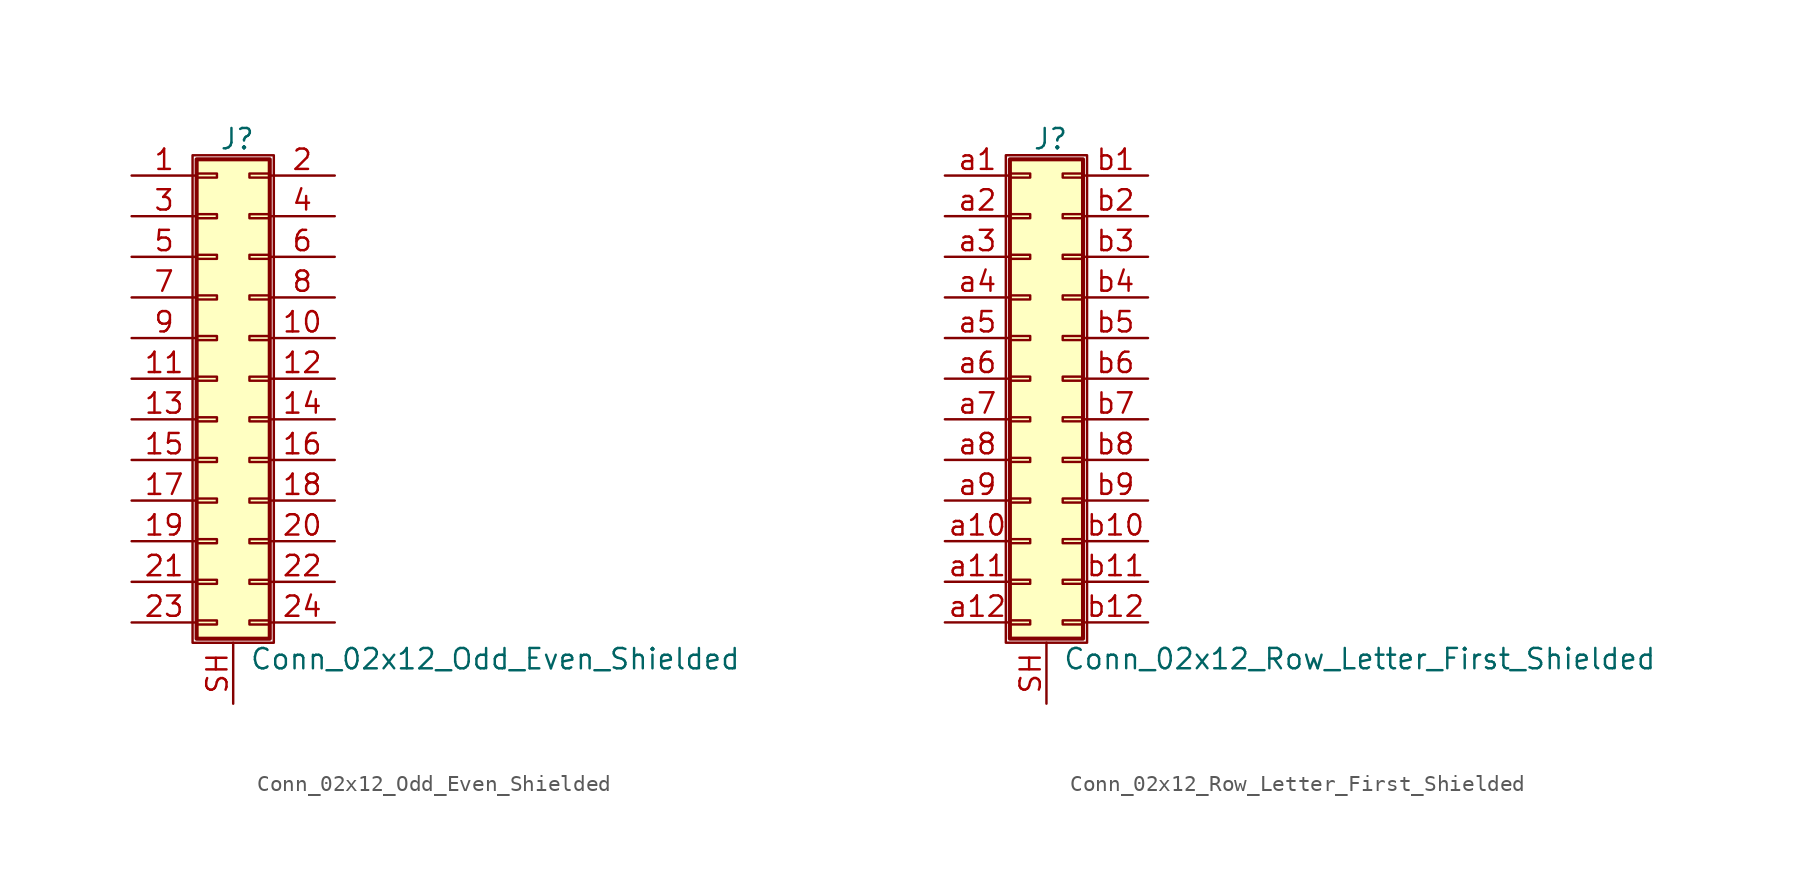
<source format=kicad_sym>
(kicad_symbol_lib
  (version 20201005)
  (generator kicad_symbol_editor)
  (symbol "Connector_Generic_Shielded:Conn_02x12_Odd_Even_Shielded"
    (pin_names
      (offset 1.016) hide)
    (property "Reference" "J"
      (at 1.524 14.986 0)
      (effects (font (size 1.27 1.27))))
    (property "Value" "Conn_02x12_Odd_Even_Shielded"
      (at 2.286 -17.526 0)
      (effects (font (size 1.27 1.27)) (justify left)))
    (symbol "Conn_02x12_Odd_Even_Shielded_1_1"
      (rectangle (start -1.016 -4.953) (end 0.254 -5.207) (stroke (width 0.152)) (fill (type none)))
      (rectangle (start -1.016 -7.493) (end 0.254 -7.747) (stroke (width 0.152)) (fill (type none)))
      (rectangle (start -1.016 -10.033) (end 0.254 -10.287) (stroke (width 0.152)) (fill (type none)))
      (rectangle (start -1.016 -12.573) (end 0.254 -12.827) (stroke (width 0.152)) (fill (type none)))
      (rectangle (start -1.016 -15.113) (end 0.254 -15.367) (stroke (width 0.152)) (fill (type none)))
      (rectangle (start -1.016 -2.413) (end 0.254 -2.667) (stroke (width 0.152)) (fill (type none)))
      (rectangle (start -1.016 2.667) (end 0.254 2.413) (stroke (width 0.152)) (fill (type none)))
      (rectangle (start -1.016 5.207) (end 0.254 4.953) (stroke (width 0.152)) (fill (type none)))
      (rectangle (start -1.016 7.747) (end 0.254 7.493) (stroke (width 0.152)) (fill (type none)))
      (rectangle (start -1.016 10.287) (end 0.254 10.033) (stroke (width 0.152)) (fill (type none)))
      (rectangle (start -1.016 0.127) (end 0.254 -0.127) (stroke (width 0.152)) (fill (type none)))
      (rectangle (start -1.016 12.827) (end 0.254 12.573) (stroke (width 0.152)) (fill (type none)))
      (rectangle (start -1.016 13.716) (end 3.556 -16.256) (stroke (width 0.254)) (fill (type background)))
      (rectangle (start -1.27 13.97) (end 3.81 -16.51) (stroke (width 0.152)) (fill (type none)))
      (rectangle (start 3.556 -4.953) (end 2.286 -5.207) (stroke (width 0.152)) (fill (type none)))
      (rectangle (start 3.556 -7.493) (end 2.286 -7.747) (stroke (width 0.152)) (fill (type none)))
      (rectangle (start 3.556 -10.033) (end 2.286 -10.287) (stroke (width 0.152)) (fill (type none)))
      (rectangle (start 3.556 -12.573) (end 2.286 -12.827) (stroke (width 0.152)) (fill (type none)))
      (rectangle (start 3.556 -15.113) (end 2.286 -15.367) (stroke (width 0.152)) (fill (type none)))
      (rectangle (start 3.556 -2.413) (end 2.286 -2.667) (stroke (width 0.152)) (fill (type none)))
      (rectangle (start 3.556 2.667) (end 2.286 2.413) (stroke (width 0.152)) (fill (type none)))
      (rectangle (start 3.556 5.207) (end 2.286 4.953) (stroke (width 0.152)) (fill (type none)))
      (rectangle (start 3.556 7.747) (end 2.286 7.493) (stroke (width 0.152)) (fill (type none)))
      (rectangle (start 3.556 10.287) (end 2.286 10.033) (stroke (width 0.152)) (fill (type none)))
      (rectangle (start 3.556 0.127) (end 2.286 -0.127) (stroke (width 0.152)) (fill (type none)))
      (rectangle (start 3.556 12.827) (end 2.286 12.573) (stroke (width 0.152)) (fill (type none)))
      (pin passive line (at -5.08 12.7 0) (length 4.064) (name "Pin_1" (effects (font (size 1.27 1.27)))) (number "1" (effects (font (size 1.27 1.27)))))
      (pin passive line (at 7.62 2.54 180) (length 4.064) (name "Pin_10" (effects (font (size 1.27 1.27)))) (number "10" (effects (font (size 1.27 1.27)))))
      (pin passive line (at -5.08 0 0) (length 4.064) (name "Pin_11" (effects (font (size 1.27 1.27)))) (number "11" (effects (font (size 1.27 1.27)))))
      (pin passive line (at 7.62 0 180) (length 4.064) (name "Pin_12" (effects (font (size 1.27 1.27)))) (number "12" (effects (font (size 1.27 1.27)))))
      (pin passive line (at -5.08 -2.54 0) (length 4.064) (name "Pin_13" (effects (font (size 1.27 1.27)))) (number "13" (effects (font (size 1.27 1.27)))))
      (pin passive line (at 7.62 -2.54 180) (length 4.064) (name "Pin_14" (effects (font (size 1.27 1.27)))) (number "14" (effects (font (size 1.27 1.27)))))
      (pin passive line (at -5.08 -5.08 0) (length 4.064) (name "Pin_15" (effects (font (size 1.27 1.27)))) (number "15" (effects (font (size 1.27 1.27)))))
      (pin passive line (at 7.62 -5.08 180) (length 4.064) (name "Pin_16" (effects (font (size 1.27 1.27)))) (number "16" (effects (font (size 1.27 1.27)))))
      (pin passive line (at -5.08 -7.62 0) (length 4.064) (name "Pin_17" (effects (font (size 1.27 1.27)))) (number "17" (effects (font (size 1.27 1.27)))))
      (pin passive line (at 7.62 -7.62 180) (length 4.064) (name "Pin_18" (effects (font (size 1.27 1.27)))) (number "18" (effects (font (size 1.27 1.27)))))
      (pin passive line (at -5.08 -10.16 0) (length 4.064) (name "Pin_19" (effects (font (size 1.27 1.27)))) (number "19" (effects (font (size 1.27 1.27)))))
      (pin passive line (at 7.62 12.7 180) (length 4.064) (name "Pin_2" (effects (font (size 1.27 1.27)))) (number "2" (effects (font (size 1.27 1.27)))))
      (pin passive line (at 7.62 -10.16 180) (length 4.064) (name "Pin_20" (effects (font (size 1.27 1.27)))) (number "20" (effects (font (size 1.27 1.27)))))
      (pin passive line (at -5.08 -12.7 0) (length 4.064) (name "Pin_21" (effects (font (size 1.27 1.27)))) (number "21" (effects (font (size 1.27 1.27)))))
      (pin passive line (at 7.62 -12.7 180) (length 4.064) (name "Pin_22" (effects (font (size 1.27 1.27)))) (number "22" (effects (font (size 1.27 1.27)))))
      (pin passive line (at -5.08 -15.24 0) (length 4.064) (name "Pin_23" (effects (font (size 1.27 1.27)))) (number "23" (effects (font (size 1.27 1.27)))))
      (pin passive line (at 7.62 -15.24 180) (length 4.064) (name "Pin_24" (effects (font (size 1.27 1.27)))) (number "24" (effects (font (size 1.27 1.27)))))
      (pin passive line (at -5.08 10.16 0) (length 4.064) (name "Pin_3" (effects (font (size 1.27 1.27)))) (number "3" (effects (font (size 1.27 1.27)))))
      (pin passive line (at 7.62 10.16 180) (length 4.064) (name "Pin_4" (effects (font (size 1.27 1.27)))) (number "4" (effects (font (size 1.27 1.27)))))
      (pin passive line (at -5.08 7.62 0) (length 4.064) (name "Pin_5" (effects (font (size 1.27 1.27)))) (number "5" (effects (font (size 1.27 1.27)))))
      (pin passive line (at 7.62 7.62 180) (length 4.064) (name "Pin_6" (effects (font (size 1.27 1.27)))) (number "6" (effects (font (size 1.27 1.27)))))
      (pin passive line (at -5.08 5.08 0) (length 4.064) (name "Pin_7" (effects (font (size 1.27 1.27)))) (number "7" (effects (font (size 1.27 1.27)))))
      (pin passive line (at 7.62 5.08 180) (length 4.064) (name "Pin_8" (effects (font (size 1.27 1.27)))) (number "8" (effects (font (size 1.27 1.27)))))
      (pin passive line (at -5.08 2.54 0) (length 4.064) (name "Pin_9" (effects (font (size 1.27 1.27)))) (number "9" (effects (font (size 1.27 1.27)))))
      (pin passive line (at 1.27 -20.32 90) (length 3.81) (name "Shield" (effects (font (size 1.27 1.27)))) (number "SH" (effects (font (size 1.27 1.27)))))))
  (symbol "Connector_Generic_Shielded:Conn_02x12_Row_Letter_First_Shielded"
    (pin_names
      (offset 1.016) hide)
    (property "Reference" "J"
      (at 1.524 14.986 0)
      (effects (font (size 1.27 1.27))))
    (property "Value" "Conn_02x12_Row_Letter_First_Shielded"
      (at 2.286 -17.526 0)
      (effects (font (size 1.27 1.27)) (justify left)))
    (symbol "Conn_02x12_Row_Letter_First_Shielded_1_1"
      (rectangle (start -1.016 -4.953) (end 0.254 -5.207) (stroke (width 0.152)) (fill (type none)))
      (rectangle (start -1.016 -7.493) (end 0.254 -7.747) (stroke (width 0.152)) (fill (type none)))
      (rectangle (start -1.016 -10.033) (end 0.254 -10.287) (stroke (width 0.152)) (fill (type none)))
      (rectangle (start -1.016 -12.573) (end 0.254 -12.827) (stroke (width 0.152)) (fill (type none)))
      (rectangle (start -1.016 -15.113) (end 0.254 -15.367) (stroke (width 0.152)) (fill (type none)))
      (rectangle (start -1.016 -2.413) (end 0.254 -2.667) (stroke (width 0.152)) (fill (type none)))
      (rectangle (start -1.016 2.667) (end 0.254 2.413) (stroke (width 0.152)) (fill (type none)))
      (rectangle (start -1.016 5.207) (end 0.254 4.953) (stroke (width 0.152)) (fill (type none)))
      (rectangle (start -1.016 7.747) (end 0.254 7.493) (stroke (width 0.152)) (fill (type none)))
      (rectangle (start -1.016 10.287) (end 0.254 10.033) (stroke (width 0.152)) (fill (type none)))
      (rectangle (start -1.016 0.127) (end 0.254 -0.127) (stroke (width 0.152)) (fill (type none)))
      (rectangle (start -1.016 12.827) (end 0.254 12.573) (stroke (width 0.152)) (fill (type none)))
      (rectangle (start -1.016 13.716) (end 3.556 -16.256) (stroke (width 0.254)) (fill (type background)))
      (rectangle (start -1.27 13.97) (end 3.81 -16.51) (stroke (width 0.152)) (fill (type none)))
      (rectangle (start 3.556 -4.953) (end 2.286 -5.207) (stroke (width 0.152)) (fill (type none)))
      (rectangle (start 3.556 -7.493) (end 2.286 -7.747) (stroke (width 0.152)) (fill (type none)))
      (rectangle (start 3.556 -10.033) (end 2.286 -10.287) (stroke (width 0.152)) (fill (type none)))
      (rectangle (start 3.556 -12.573) (end 2.286 -12.827) (stroke (width 0.152)) (fill (type none)))
      (rectangle (start 3.556 -15.113) (end 2.286 -15.367) (stroke (width 0.152)) (fill (type none)))
      (rectangle (start 3.556 -2.413) (end 2.286 -2.667) (stroke (width 0.152)) (fill (type none)))
      (rectangle (start 3.556 2.667) (end 2.286 2.413) (stroke (width 0.152)) (fill (type none)))
      (rectangle (start 3.556 5.207) (end 2.286 4.953) (stroke (width 0.152)) (fill (type none)))
      (rectangle (start 3.556 7.747) (end 2.286 7.493) (stroke (width 0.152)) (fill (type none)))
      (rectangle (start 3.556 10.287) (end 2.286 10.033) (stroke (width 0.152)) (fill (type none)))
      (rectangle (start 3.556 0.127) (end 2.286 -0.127) (stroke (width 0.152)) (fill (type none)))
      (rectangle (start 3.556 12.827) (end 2.286 12.573) (stroke (width 0.152)) (fill (type none)))
      (pin passive line (at -5.08 12.7 0) (length 4.064) (name "Pin_a1" (effects (font (size 1.27 1.27)))) (number "a1" (effects (font (size 1.27 1.27)))))
      (pin passive line (at -5.08 -10.16 0) (length 4.064) (name "Pin_a10" (effects (font (size 1.27 1.27)))) (number "a10" (effects (font (size 1.27 1.27)))))
      (pin passive line (at -5.08 -12.7 0) (length 4.064) (name "Pin_a11" (effects (font (size 1.27 1.27)))) (number "a11" (effects (font (size 1.27 1.27)))))
      (pin passive line (at -5.08 -15.24 0) (length 4.064) (name "Pin_a12" (effects (font (size 1.27 1.27)))) (number "a12" (effects (font (size 1.27 1.27)))))
      (pin passive line (at -5.08 10.16 0) (length 4.064) (name "Pin_a2" (effects (font (size 1.27 1.27)))) (number "a2" (effects (font (size 1.27 1.27)))))
      (pin passive line (at -5.08 7.62 0) (length 4.064) (name "Pin_a3" (effects (font (size 1.27 1.27)))) (number "a3" (effects (font (size 1.27 1.27)))))
      (pin passive line (at -5.08 5.08 0) (length 4.064) (name "Pin_a4" (effects (font (size 1.27 1.27)))) (number "a4" (effects (font (size 1.27 1.27)))))
      (pin passive line (at -5.08 2.54 0) (length 4.064) (name "Pin_a5" (effects (font (size 1.27 1.27)))) (number "a5" (effects (font (size 1.27 1.27)))))
      (pin passive line (at -5.08 0 0) (length 4.064) (name "Pin_a6" (effects (font (size 1.27 1.27)))) (number "a6" (effects (font (size 1.27 1.27)))))
      (pin passive line (at -5.08 -2.54 0) (length 4.064) (name "Pin_a7" (effects (font (size 1.27 1.27)))) (number "a7" (effects (font (size 1.27 1.27)))))
      (pin passive line (at -5.08 -5.08 0) (length 4.064) (name "Pin_a8" (effects (font (size 1.27 1.27)))) (number "a8" (effects (font (size 1.27 1.27)))))
      (pin passive line (at -5.08 -7.62 0) (length 4.064) (name "Pin_a9" (effects (font (size 1.27 1.27)))) (number "a9" (effects (font (size 1.27 1.27)))))
      (pin passive line (at 7.62 12.7 180) (length 4.064) (name "Pin_b1" (effects (font (size 1.27 1.27)))) (number "b1" (effects (font (size 1.27 1.27)))))
      (pin passive line (at 7.62 -10.16 180) (length 4.064) (name "Pin_b10" (effects (font (size 1.27 1.27)))) (number "b10" (effects (font (size 1.27 1.27)))))
      (pin passive line (at 7.62 -12.7 180) (length 4.064) (name "Pin_b11" (effects (font (size 1.27 1.27)))) (number "b11" (effects (font (size 1.27 1.27)))))
      (pin passive line (at 7.62 -15.24 180) (length 4.064) (name "Pin_b12" (effects (font (size 1.27 1.27)))) (number "b12" (effects (font (size 1.27 1.27)))))
      (pin passive line (at 7.62 10.16 180) (length 4.064) (name "Pin_b2" (effects (font (size 1.27 1.27)))) (number "b2" (effects (font (size 1.27 1.27)))))
      (pin passive line (at 7.62 7.62 180) (length 4.064) (name "Pin_b3" (effects (font (size 1.27 1.27)))) (number "b3" (effects (font (size 1.27 1.27)))))
      (pin passive line (at 7.62 5.08 180) (length 4.064) (name "Pin_b4" (effects (font (size 1.27 1.27)))) (number "b4" (effects (font (size 1.27 1.27)))))
      (pin passive line (at 7.62 2.54 180) (length 4.064) (name "Pin_b5" (effects (font (size 1.27 1.27)))) (number "b5" (effects (font (size 1.27 1.27)))))
      (pin passive line (at 7.62 0 180) (length 4.064) (name "Pin_b6" (effects (font (size 1.27 1.27)))) (number "b6" (effects (font (size 1.27 1.27)))))
      (pin passive line (at 7.62 -2.54 180) (length 4.064) (name "Pin_b7" (effects (font (size 1.27 1.27)))) (number "b7" (effects (font (size 1.27 1.27)))))
      (pin passive line (at 7.62 -5.08 180) (length 4.064) (name "Pin_b8" (effects (font (size 1.27 1.27)))) (number "b8" (effects (font (size 1.27 1.27)))))
      (pin passive line (at 7.62 -7.62 180) (length 4.064) (name "Pin_b9" (effects (font (size 1.27 1.27)))) (number "b9" (effects (font (size 1.27 1.27)))))
      (pin passive line (at 1.27 -20.32 90) (length 3.81) (name "Shield" (effects (font (size 1.27 1.27)))) (number "SH" (effects (font (size 1.27 1.27))))))))
</source>
